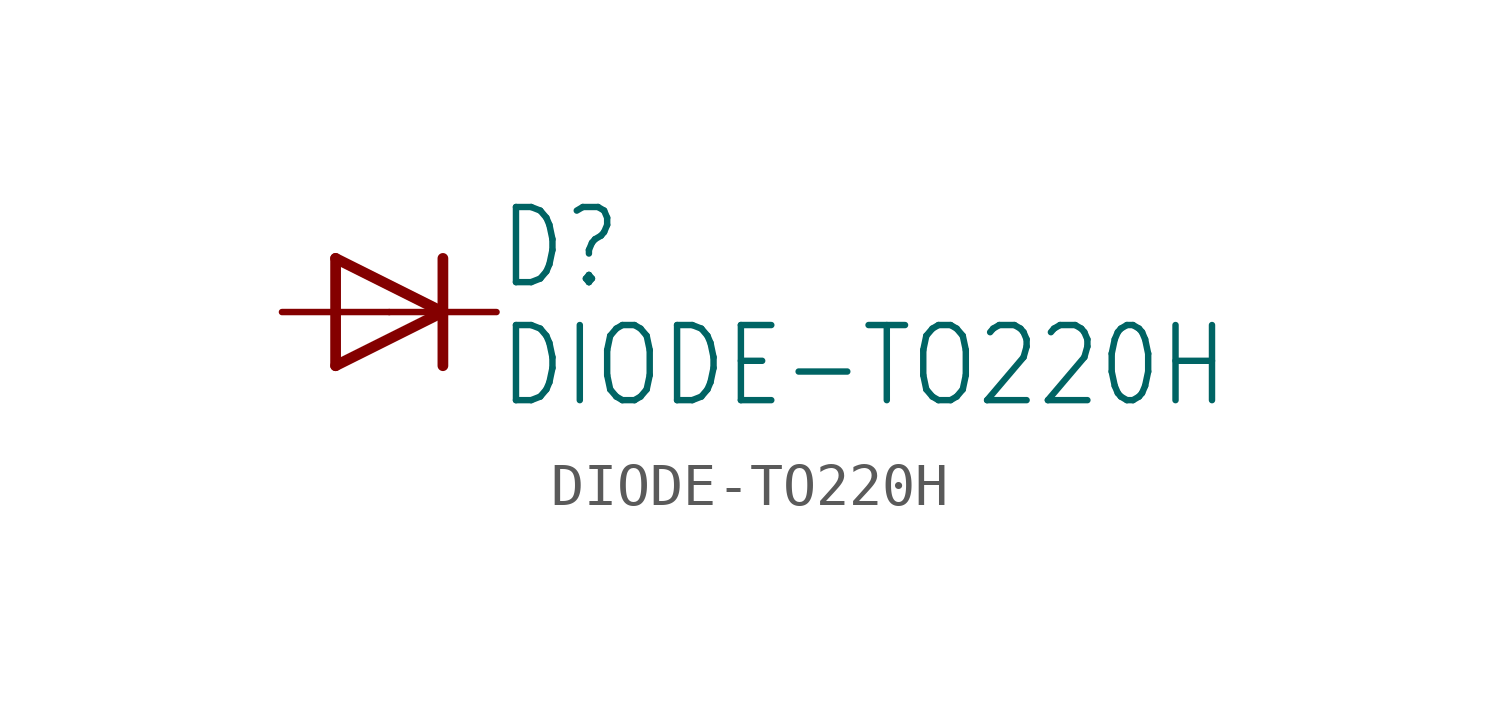
<source format=kicad_sym>
(kicad_symbol_lib
  (version 20211014)
  (generator kicad_symbol_editor)
  (symbol "DIODE-TO220H"
    (property "Reference" "D"
      (at 2.54 0.483 0)
      (effects (font (size 1.778 1.511)) (justify left bottom)))
    (property "Value" "DIODE-TO220H"
      (at 2.54 -2.311 0)
      (effects (font (size 1.778 1.511)) (justify left bottom)))
    (property "ki_locked" ""
      (at 0 0 0)
      (effects (font (size 1.27 1.27))))
    (symbol "DIODE-TO220H_1_0"
      (polyline (pts (xy -1.27 -1.27) (xy 1.27 0)) (stroke (width 0.254) (type default) (color 0 0 0 0)) (fill (type none)))
      (polyline (pts (xy -1.27 1.27) (xy -1.27 -1.27)) (stroke (width 0.254) (type default) (color 0 0 0 0)) (fill (type none)))
      (polyline (pts (xy 1.27 0) (xy -1.27 1.27)) (stroke (width 0.254) (type default) (color 0 0 0 0)) (fill (type none)))
      (polyline (pts (xy 1.27 0) (xy 1.27 -1.27)) (stroke (width 0.254) (type default) (color 0 0 0 0)) (fill (type none)))
      (polyline (pts (xy 1.27 1.27) (xy 1.27 0)) (stroke (width 0.254) (type default) (color 0 0 0 0)) (fill (type none)))
      (pin passive line (at -2.54 0 0) (length 2.54) (name "A" (effects (font (size 0 0)))) (number "A" (effects (font (size 0 0)))))
      (pin passive line (at 2.54 0 180) (length 2.54) (name "C" (effects (font (size 0 0)))) (number "C" (effects (font (size 0 0))))))))
</source>
